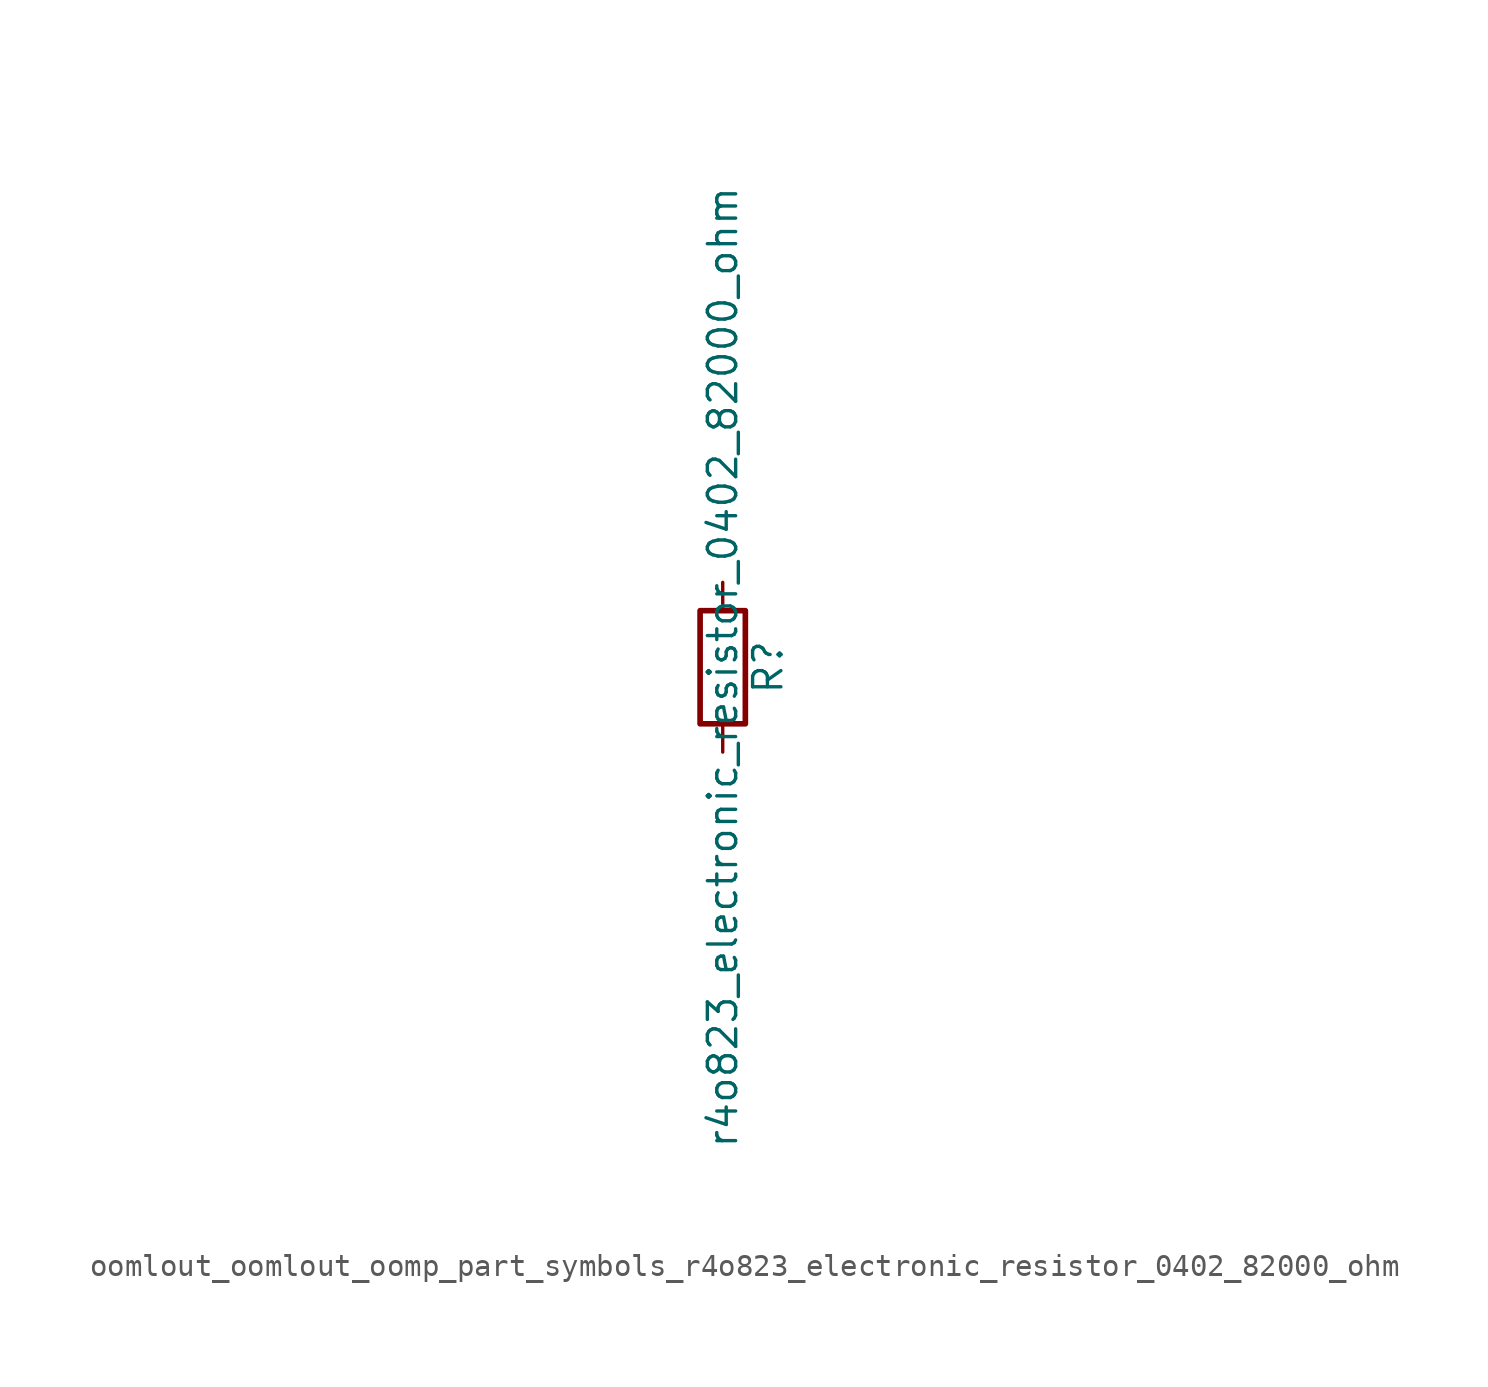
<source format=kicad_sym>
(kicad_symbol_lib
  (version 20220914)
  (generator kicad_symbol_editor)
  (symbol "oomlout_oomlout_oomp_part_symbols_r4o823_electronic_resistor_0402_82000_ohm"
    (pin_numbers hide)
    (pin_names
      (offset 0))
    (property "Reference" "R"
      (at 2.032 0 90)
      (effects (font (size 1.27 1.27))))
    (property "Value" "r4o823_electronic_resistor_0402_82000_ohm"
      (at 0 0 90)
      (effects (font (size 1.27 1.27))))
    (symbol "oomlout_oomlout_oomp_part_symbols_r4o823_electronic_resistor_0402_82000_ohm_0_1"
      (rectangle (start -1.016 -2.54) (end 1.016 2.54) (stroke (width 0.254) (type default)) (fill (type none))))
    (symbol "oomlout_oomlout_oomp_part_symbols_r4o823_electronic_resistor_0402_82000_ohm_1_1"
      (pin passive line (at 0 3.81 270) (length 1.27) (name "~" (effects (font (size 1.27 1.27)))) (number "1" (effects (font (size 1.27 1.27)))))
      (pin passive line (at 0 -3.81 90) (length 1.27) (name "~" (effects (font (size 1.27 1.27)))) (number "2" (effects (font (size 1.27 1.27))))))))
</source>
